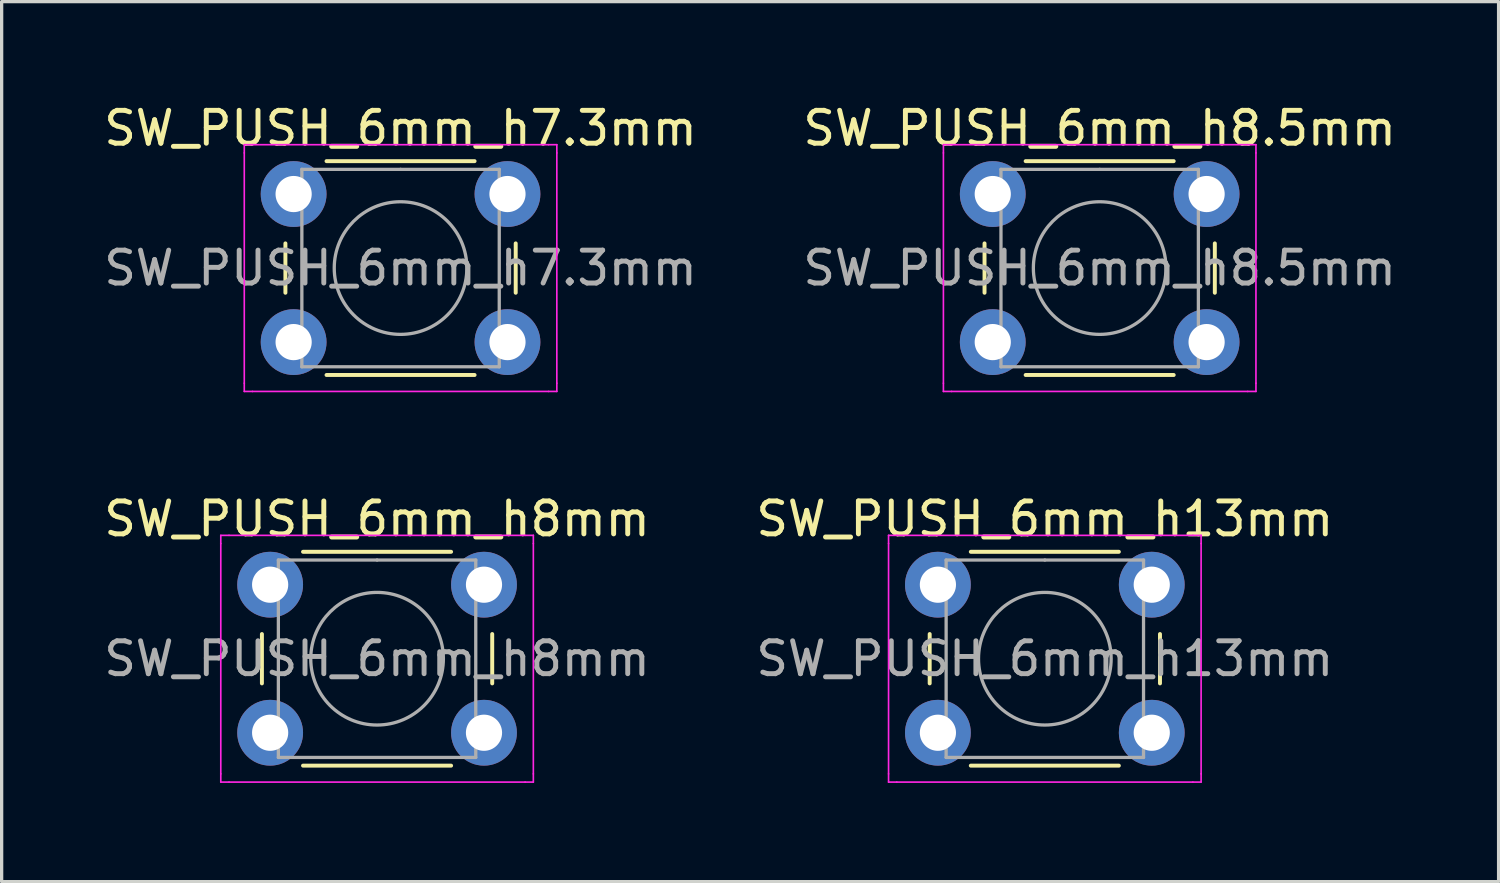
<source format=kicad_pcb>
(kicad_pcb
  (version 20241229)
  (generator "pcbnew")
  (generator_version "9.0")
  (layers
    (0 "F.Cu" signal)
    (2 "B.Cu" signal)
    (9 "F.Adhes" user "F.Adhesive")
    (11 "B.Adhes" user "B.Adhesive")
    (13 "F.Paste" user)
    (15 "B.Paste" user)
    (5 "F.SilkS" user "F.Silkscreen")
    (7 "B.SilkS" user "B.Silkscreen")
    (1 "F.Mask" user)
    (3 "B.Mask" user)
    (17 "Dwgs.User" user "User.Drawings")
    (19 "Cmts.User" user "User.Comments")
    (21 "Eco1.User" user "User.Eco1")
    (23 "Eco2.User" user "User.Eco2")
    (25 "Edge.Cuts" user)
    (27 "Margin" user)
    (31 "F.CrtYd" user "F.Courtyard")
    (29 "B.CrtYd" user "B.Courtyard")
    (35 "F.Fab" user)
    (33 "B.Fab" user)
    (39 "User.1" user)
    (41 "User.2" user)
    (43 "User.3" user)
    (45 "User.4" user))
  (footprint "SW_PUSH_6mm_h7.3mm"
    (layer "F.Cu")
    (at 5.875 2.848)
    (property "Reference" "SW_PUSH_6mm_h7.3mm" (at 3.25 -2 0) (layer "F.SilkS") (effects (font (size 1 1) (thickness 0.15))))
    (attr through_hole)
    (fp_line (start -0.25 1.5) (end -0.25 3) (stroke (width 0.12) (type solid)) (layer "F.SilkS"))
    (fp_line (start 1 5.5) (end 5.5 5.5) (stroke (width 0.12) (type solid)) (layer "F.SilkS"))
    (fp_line (start 5.5 -1) (end 1 -1) (stroke (width 0.12) (type solid)) (layer "F.SilkS"))
    (fp_line (start 6.75 3) (end 6.75 1.5) (stroke (width 0.12) (type solid)) (layer "F.SilkS"))
    (fp_line (start -1.5 -1.5) (end -1.25 -1.5) (stroke (width 0.05) (type solid)) (layer "F.CrtYd"))
    (fp_line (start -1.5 -1.25) (end -1.5 -1.5) (stroke (width 0.05) (type solid)) (layer "F.CrtYd"))
    (fp_line (start -1.5 5.75) (end -1.5 -1.25) (stroke (width 0.05) (type solid)) (layer "F.CrtYd"))
    (fp_line (start -1.5 5.75) (end -1.5 6) (stroke (width 0.05) (type solid)) (layer "F.CrtYd"))
    (fp_line (start -1.5 6) (end -1.25 6) (stroke (width 0.05) (type solid)) (layer "F.CrtYd"))
    (fp_line (start -1.25 -1.5) (end 7.75 -1.5) (stroke (width 0.05) (type solid)) (layer "F.CrtYd"))
    (fp_line (start 7.75 -1.5) (end 8 -1.5) (stroke (width 0.05) (type solid)) (layer "F.CrtYd"))
    (fp_line (start 7.75 6) (end -1.25 6) (stroke (width 0.05) (type solid)) (layer "F.CrtYd"))
    (fp_line (start 7.75 6) (end 8 6) (stroke (width 0.05) (type solid)) (layer "F.CrtYd"))
    (fp_line (start 8 -1.5) (end 8 -1.25) (stroke (width 0.05) (type solid)) (layer "F.CrtYd"))
    (fp_line (start 8 -1.25) (end 8 5.75) (stroke (width 0.05) (type solid)) (layer "F.CrtYd"))
    (fp_line (start 8 6) (end 8 5.75) (stroke (width 0.05) (type solid)) (layer "F.CrtYd"))
    (fp_line (start 0.25 -0.75) (end 3.25 -0.75) (stroke (width 0.1) (type solid)) (layer "F.Fab"))
    (fp_line (start 0.25 5.25) (end 0.25 -0.75) (stroke (width 0.1) (type solid)) (layer "F.Fab"))
    (fp_line (start 3.25 -0.75) (end 6.25 -0.75) (stroke (width 0.1) (type solid)) (layer "F.Fab"))
    (fp_line (start 6.25 -0.75) (end 6.25 5.25) (stroke (width 0.1) (type solid)) (layer "F.Fab"))
    (fp_line (start 6.25 5.25) (end 0.25 5.25) (stroke (width 0.1) (type solid)) (layer "F.Fab"))
    (fp_circle (center 3.25 2.25) (end 1.25 2.5) (stroke (width 0.1) (type solid)) (fill no) (layer "F.Fab"))
    (fp_text user "${REFERENCE}" (at 3.25 2.25 0) (layer "F.Fab") (effects (font (size 1 1) (thickness 0.15))))
    (pad "1" thru_hole circle (at 0 0 90) (size 2 2) (drill 1.1) (layers "*.Cu" "*.Mask"))
    (pad "1" thru_hole circle (at 6.5 0 90) (size 2 2) (drill 1.1) (layers "*.Cu" "*.Mask"))
    (pad "2" thru_hole circle (at 0 4.5 90) (size 2 2) (drill 1.1) (layers "*.Cu" "*.Mask"))
    (pad "2" thru_hole circle (at 6.5 4.5 90) (size 2 2) (drill 1.1) (layers "*.Cu" "*.Mask")))
  (footprint "SW_PUSH_6mm_h8mm"
    (layer "F.Cu")
    (at 5.161 14.722)
    (property "Reference" "SW_PUSH_6mm_h8mm" (at 3.25 -2 0) (layer "F.SilkS") (effects (font (size 1 1) (thickness 0.15))))
    (attr through_hole)
    (fp_line (start -0.25 1.5) (end -0.25 3) (stroke (width 0.12) (type solid)) (layer "F.SilkS"))
    (fp_line (start 1 5.5) (end 5.5 5.5) (stroke (width 0.12) (type solid)) (layer "F.SilkS"))
    (fp_line (start 5.5 -1) (end 1 -1) (stroke (width 0.12) (type solid)) (layer "F.SilkS"))
    (fp_line (start 6.75 3) (end 6.75 1.5) (stroke (width 0.12) (type solid)) (layer "F.SilkS"))
    (fp_line (start -1.5 -1.5) (end -1.25 -1.5) (stroke (width 0.05) (type solid)) (layer "F.CrtYd"))
    (fp_line (start -1.5 -1.25) (end -1.5 -1.5) (stroke (width 0.05) (type solid)) (layer "F.CrtYd"))
    (fp_line (start -1.5 5.75) (end -1.5 -1.25) (stroke (width 0.05) (type solid)) (layer "F.CrtYd"))
    (fp_line (start -1.5 5.75) (end -1.5 6) (stroke (width 0.05) (type solid)) (layer "F.CrtYd"))
    (fp_line (start -1.5 6) (end -1.25 6) (stroke (width 0.05) (type solid)) (layer "F.CrtYd"))
    (fp_line (start -1.25 -1.5) (end 7.75 -1.5) (stroke (width 0.05) (type solid)) (layer "F.CrtYd"))
    (fp_line (start 7.75 -1.5) (end 8 -1.5) (stroke (width 0.05) (type solid)) (layer "F.CrtYd"))
    (fp_line (start 7.75 6) (end -1.25 6) (stroke (width 0.05) (type solid)) (layer "F.CrtYd"))
    (fp_line (start 7.75 6) (end 8 6) (stroke (width 0.05) (type solid)) (layer "F.CrtYd"))
    (fp_line (start 8 -1.5) (end 8 -1.25) (stroke (width 0.05) (type solid)) (layer "F.CrtYd"))
    (fp_line (start 8 -1.25) (end 8 5.75) (stroke (width 0.05) (type solid)) (layer "F.CrtYd"))
    (fp_line (start 8 6) (end 8 5.75) (stroke (width 0.05) (type solid)) (layer "F.CrtYd"))
    (fp_line (start 0.25 -0.75) (end 3.25 -0.75) (stroke (width 0.1) (type solid)) (layer "F.Fab"))
    (fp_line (start 0.25 5.25) (end 0.25 -0.75) (stroke (width 0.1) (type solid)) (layer "F.Fab"))
    (fp_line (start 3.25 -0.75) (end 6.25 -0.75) (stroke (width 0.1) (type solid)) (layer "F.Fab"))
    (fp_line (start 6.25 -0.75) (end 6.25 5.25) (stroke (width 0.1) (type solid)) (layer "F.Fab"))
    (fp_line (start 6.25 5.25) (end 0.25 5.25) (stroke (width 0.1) (type solid)) (layer "F.Fab"))
    (fp_circle (center 3.25 2.25) (end 1.25 2.5) (stroke (width 0.1) (type solid)) (fill no) (layer "F.Fab"))
    (fp_text user "${REFERENCE}" (at 3.25 2.25 0) (layer "F.Fab") (effects (font (size 1 1) (thickness 0.15))))
    (pad "1" thru_hole circle (at 0 0 90) (size 2 2) (drill 1.1) (layers "*.Cu" "*.Mask"))
    (pad "1" thru_hole circle (at 6.5 0 90) (size 2 2) (drill 1.1) (layers "*.Cu" "*.Mask"))
    (pad "2" thru_hole circle (at 0 4.5 90) (size 2 2) (drill 1.1) (layers "*.Cu" "*.Mask"))
    (pad "2" thru_hole circle (at 6.5 4.5 90) (size 2 2) (drill 1.1) (layers "*.Cu" "*.Mask")))
  (footprint "SW_PUSH_6mm_h13mm"
    (layer "F.Cu")
    (at 25.458 14.722)
    (property "Reference" "SW_PUSH_6mm_h13mm" (at 3.25 -2 0) (layer "F.SilkS") (effects (font (size 1 1) (thickness 0.15))))
    (attr through_hole)
    (fp_line (start -0.25 1.5) (end -0.25 3) (stroke (width 0.12) (type solid)) (layer "F.SilkS"))
    (fp_line (start 1 5.5) (end 5.5 5.5) (stroke (width 0.12) (type solid)) (layer "F.SilkS"))
    (fp_line (start 5.5 -1) (end 1 -1) (stroke (width 0.12) (type solid)) (layer "F.SilkS"))
    (fp_line (start 6.75 3) (end 6.75 1.5) (stroke (width 0.12) (type solid)) (layer "F.SilkS"))
    (fp_line (start -1.5 -1.5) (end -1.25 -1.5) (stroke (width 0.05) (type solid)) (layer "F.CrtYd"))
    (fp_line (start -1.5 -1.25) (end -1.5 -1.5) (stroke (width 0.05) (type solid)) (layer "F.CrtYd"))
    (fp_line (start -1.5 5.75) (end -1.5 -1.25) (stroke (width 0.05) (type solid)) (layer "F.CrtYd"))
    (fp_line (start -1.5 5.75) (end -1.5 6) (stroke (width 0.05) (type solid)) (layer "F.CrtYd"))
    (fp_line (start -1.5 6) (end -1.25 6) (stroke (width 0.05) (type solid)) (layer "F.CrtYd"))
    (fp_line (start -1.25 -1.5) (end 7.75 -1.5) (stroke (width 0.05) (type solid)) (layer "F.CrtYd"))
    (fp_line (start 7.75 -1.5) (end 8 -1.5) (stroke (width 0.05) (type solid)) (layer "F.CrtYd"))
    (fp_line (start 7.75 6) (end -1.25 6) (stroke (width 0.05) (type solid)) (layer "F.CrtYd"))
    (fp_line (start 7.75 6) (end 8 6) (stroke (width 0.05) (type solid)) (layer "F.CrtYd"))
    (fp_line (start 8 -1.5) (end 8 -1.25) (stroke (width 0.05) (type solid)) (layer "F.CrtYd"))
    (fp_line (start 8 -1.25) (end 8 5.75) (stroke (width 0.05) (type solid)) (layer "F.CrtYd"))
    (fp_line (start 8 6) (end 8 5.75) (stroke (width 0.05) (type solid)) (layer "F.CrtYd"))
    (fp_line (start 0.25 -0.75) (end 3.25 -0.75) (stroke (width 0.1) (type solid)) (layer "F.Fab"))
    (fp_line (start 0.25 5.25) (end 0.25 -0.75) (stroke (width 0.1) (type solid)) (layer "F.Fab"))
    (fp_line (start 3.25 -0.75) (end 6.25 -0.75) (stroke (width 0.1) (type solid)) (layer "F.Fab"))
    (fp_line (start 6.25 -0.75) (end 6.25 5.25) (stroke (width 0.1) (type solid)) (layer "F.Fab"))
    (fp_line (start 6.25 5.25) (end 0.25 5.25) (stroke (width 0.1) (type solid)) (layer "F.Fab"))
    (fp_circle (center 3.25 2.25) (end 1.25 2.5) (stroke (width 0.1) (type solid)) (fill no) (layer "F.Fab"))
    (fp_text user "${REFERENCE}" (at 3.25 2.25 0) (layer "F.Fab") (effects (font (size 1 1) (thickness 0.15))))
    (pad "1" thru_hole circle (at 0 0 90) (size 2 2) (drill 1.1) (layers "*.Cu" "*.Mask"))
    (pad "1" thru_hole circle (at 6.5 0 90) (size 2 2) (drill 1.1) (layers "*.Cu" "*.Mask"))
    (pad "2" thru_hole circle (at 0 4.5 90) (size 2 2) (drill 1.1) (layers "*.Cu" "*.Mask"))
    (pad "2" thru_hole circle (at 6.5 4.5 90) (size 2 2) (drill 1.1) (layers "*.Cu" "*.Mask")))
  (footprint "SW_PUSH_6mm_h8.5mm"
    (layer "F.Cu")
    (at 27.125 2.848)
    (property "Reference" "SW_PUSH_6mm_h8.5mm" (at 3.25 -2 0) (layer "F.SilkS") (effects (font (size 1 1) (thickness 0.15))))
    (attr through_hole)
    (fp_line (start -0.25 1.5) (end -0.25 3) (stroke (width 0.12) (type solid)) (layer "F.SilkS"))
    (fp_line (start 1 5.5) (end 5.5 5.5) (stroke (width 0.12) (type solid)) (layer "F.SilkS"))
    (fp_line (start 5.5 -1) (end 1 -1) (stroke (width 0.12) (type solid)) (layer "F.SilkS"))
    (fp_line (start 6.75 3) (end 6.75 1.5) (stroke (width 0.12) (type solid)) (layer "F.SilkS"))
    (fp_line (start -1.5 -1.5) (end -1.25 -1.5) (stroke (width 0.05) (type solid)) (layer "F.CrtYd"))
    (fp_line (start -1.5 -1.25) (end -1.5 -1.5) (stroke (width 0.05) (type solid)) (layer "F.CrtYd"))
    (fp_line (start -1.5 5.75) (end -1.5 -1.25) (stroke (width 0.05) (type solid)) (layer "F.CrtYd"))
    (fp_line (start -1.5 5.75) (end -1.5 6) (stroke (width 0.05) (type solid)) (layer "F.CrtYd"))
    (fp_line (start -1.5 6) (end -1.25 6) (stroke (width 0.05) (type solid)) (layer "F.CrtYd"))
    (fp_line (start -1.25 -1.5) (end 7.75 -1.5) (stroke (width 0.05) (type solid)) (layer "F.CrtYd"))
    (fp_line (start 7.75 -1.5) (end 8 -1.5) (stroke (width 0.05) (type solid)) (layer "F.CrtYd"))
    (fp_line (start 7.75 6) (end -1.25 6) (stroke (width 0.05) (type solid)) (layer "F.CrtYd"))
    (fp_line (start 7.75 6) (end 8 6) (stroke (width 0.05) (type solid)) (layer "F.CrtYd"))
    (fp_line (start 8 -1.5) (end 8 -1.25) (stroke (width 0.05) (type solid)) (layer "F.CrtYd"))
    (fp_line (start 8 -1.25) (end 8 5.75) (stroke (width 0.05) (type solid)) (layer "F.CrtYd"))
    (fp_line (start 8 6) (end 8 5.75) (stroke (width 0.05) (type solid)) (layer "F.CrtYd"))
    (fp_line (start 0.25 -0.75) (end 3.25 -0.75) (stroke (width 0.1) (type solid)) (layer "F.Fab"))
    (fp_line (start 0.25 5.25) (end 0.25 -0.75) (stroke (width 0.1) (type solid)) (layer "F.Fab"))
    (fp_line (start 3.25 -0.75) (end 6.25 -0.75) (stroke (width 0.1) (type solid)) (layer "F.Fab"))
    (fp_line (start 6.25 -0.75) (end 6.25 5.25) (stroke (width 0.1) (type solid)) (layer "F.Fab"))
    (fp_line (start 6.25 5.25) (end 0.25 5.25) (stroke (width 0.1) (type solid)) (layer "F.Fab"))
    (fp_circle (center 3.25 2.25) (end 1.25 2.5) (stroke (width 0.1) (type solid)) (fill no) (layer "F.Fab"))
    (fp_text user "${REFERENCE}" (at 3.25 2.25 0) (layer "F.Fab") (effects (font (size 1 1) (thickness 0.15))))
    (pad "1" thru_hole circle (at 0 0 90) (size 2 2) (drill 1.1) (layers "*.Cu" "*.Mask"))
    (pad "1" thru_hole circle (at 6.5 0 90) (size 2 2) (drill 1.1) (layers "*.Cu" "*.Mask"))
    (pad "2" thru_hole circle (at 0 4.5 90) (size 2 2) (drill 1.1) (layers "*.Cu" "*.Mask"))
    (pad "2" thru_hole circle (at 6.5 4.5 90) (size 2 2) (drill 1.1) (layers "*.Cu" "*.Mask")))
  (gr_rect
    (start -3 -3)
    (end 42.5 23.747)
    (stroke (width 0.1) (type default))
    (fill no)
    (layer "Edge.Cuts")))
</source>
